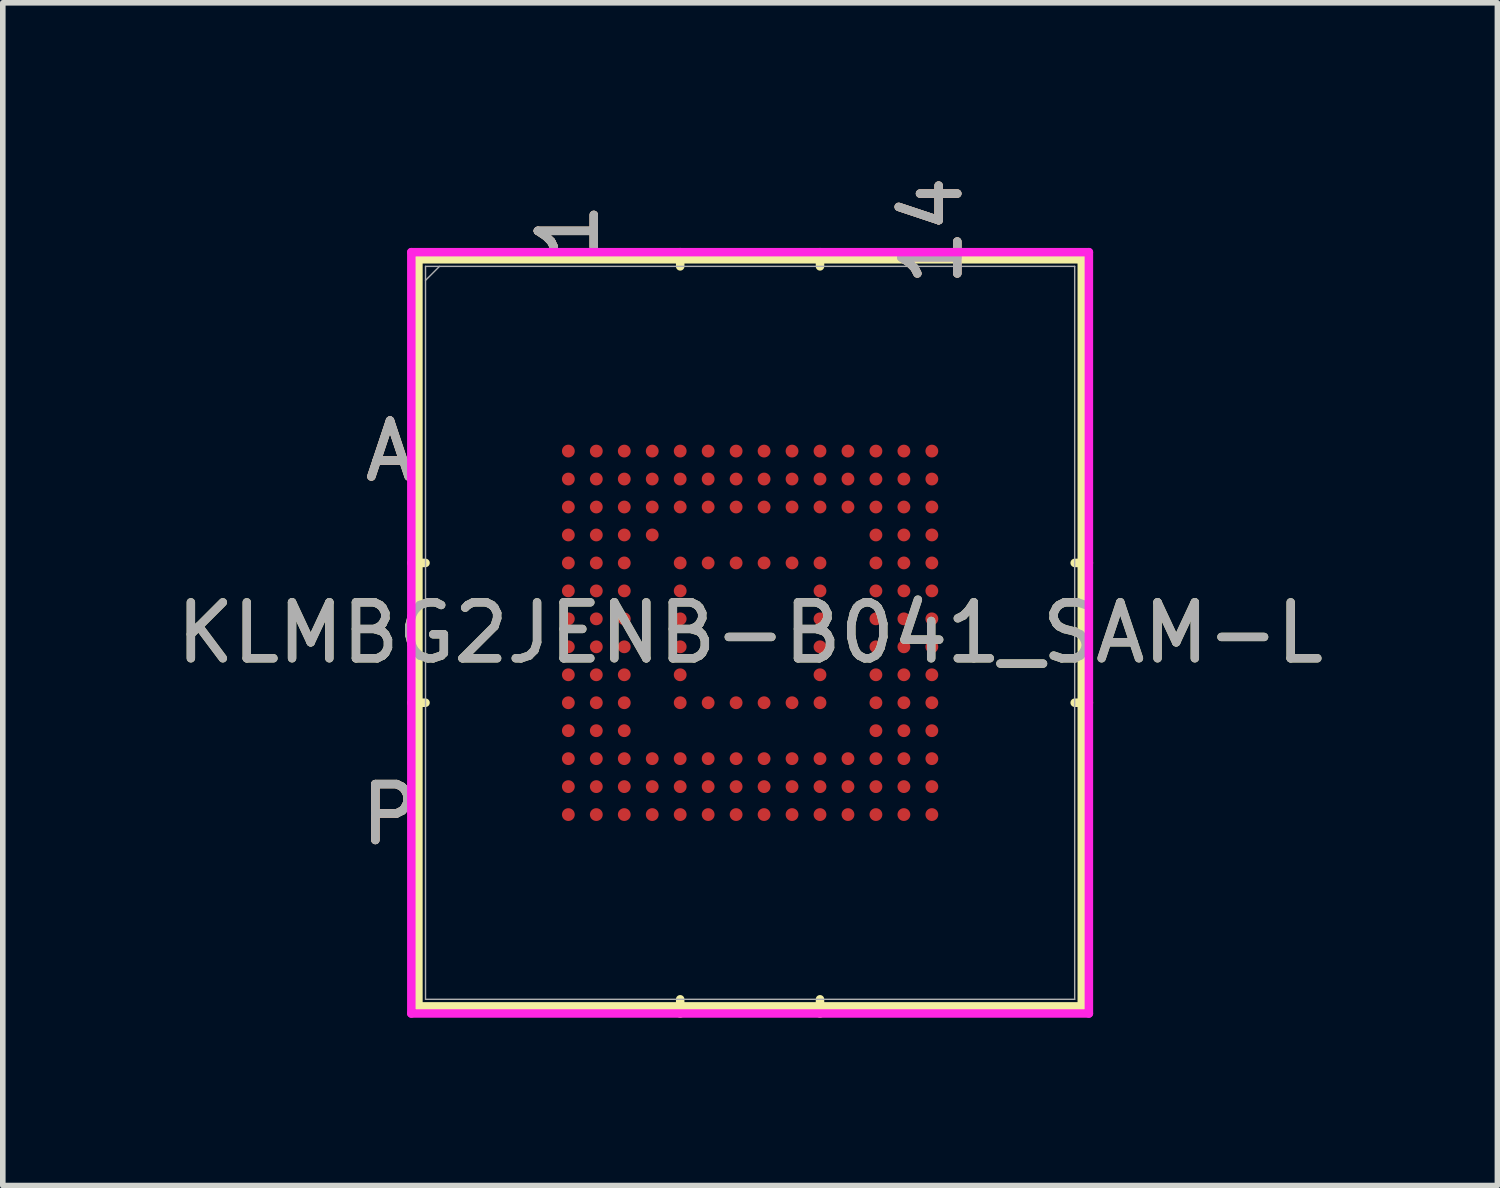
<source format=kicad_pcb>
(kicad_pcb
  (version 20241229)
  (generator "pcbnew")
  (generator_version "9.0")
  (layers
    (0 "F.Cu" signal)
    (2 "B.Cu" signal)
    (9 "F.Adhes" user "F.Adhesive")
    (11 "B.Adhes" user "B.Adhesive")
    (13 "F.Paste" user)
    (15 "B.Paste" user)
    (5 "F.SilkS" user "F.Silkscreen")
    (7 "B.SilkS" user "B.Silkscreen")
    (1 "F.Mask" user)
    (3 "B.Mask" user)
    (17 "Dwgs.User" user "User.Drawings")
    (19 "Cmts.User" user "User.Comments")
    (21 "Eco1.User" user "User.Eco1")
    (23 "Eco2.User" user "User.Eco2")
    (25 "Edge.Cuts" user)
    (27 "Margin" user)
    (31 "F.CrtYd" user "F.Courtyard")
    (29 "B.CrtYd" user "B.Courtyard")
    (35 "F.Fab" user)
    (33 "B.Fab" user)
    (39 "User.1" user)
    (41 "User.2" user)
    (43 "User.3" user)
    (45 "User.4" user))
  (footprint "KLMBG2JENB-B041_SAM-L"
    (layer "F.Cu")
    (at 10.363 8.266)
    (property "Reference" "KLMBG2JENB-B041_SAM-L" (at 0 0 0) (unlocked yes) (layer "F.SilkS") (effects (font (size 1 1) (thickness 0.15))))
    (attr smd)
    (fp_line (start -5.931 -6.68) (end -5.931 6.68) (stroke (width 0.152) (type solid)) (layer "F.SilkS"))
    (fp_line (start -5.931 6.68) (end 5.931 6.68) (stroke (width 0.152) (type solid)) (layer "F.SilkS"))
    (fp_line (start -5.804 -1.25) (end -6.058 -1.25) (stroke (width 0.152) (type solid)) (layer "F.SilkS"))
    (fp_line (start -5.804 1.25) (end -6.058 1.25) (stroke (width 0.152) (type solid)) (layer "F.SilkS"))
    (fp_line (start -1.25 -6.553) (end -1.25 -6.807) (stroke (width 0.152) (type solid)) (layer "F.SilkS"))
    (fp_line (start -1.25 6.553) (end -1.25 6.807) (stroke (width 0.152) (type solid)) (layer "F.SilkS"))
    (fp_line (start 1.25 -6.553) (end 1.25 -6.807) (stroke (width 0.152) (type solid)) (layer "F.SilkS"))
    (fp_line (start 1.25 6.553) (end 1.25 6.807) (stroke (width 0.152) (type solid)) (layer "F.SilkS"))
    (fp_line (start 5.804 -1.25) (end 6.058 -1.25) (stroke (width 0.152) (type solid)) (layer "F.SilkS"))
    (fp_line (start 5.804 1.25) (end 6.058 1.25) (stroke (width 0.152) (type solid)) (layer "F.SilkS"))
    (fp_line (start 5.931 -6.68) (end -5.931 -6.68) (stroke (width 0.152) (type solid)) (layer "F.SilkS"))
    (fp_line (start 5.931 6.68) (end 5.931 -6.68) (stroke (width 0.152) (type solid)) (layer "F.SilkS"))
    (fp_poly (pts (xy -3.945 -3.945) (xy 3.945 -3.945) (xy 3.945 3.945) (xy -3.945 3.945)) (stroke (width 0.1) (type solid)) (fill no) (layer "Eco2.User"))
    (fp_line (start -6.058 -6.807) (end 6.058 -6.807) (stroke (width 0.152) (type solid)) (layer "F.CrtYd"))
    (fp_line (start -6.058 6.807) (end -6.058 -6.807) (stroke (width 0.152) (type solid)) (layer "F.CrtYd"))
    (fp_line (start 6.058 -6.807) (end 6.058 6.807) (stroke (width 0.152) (type solid)) (layer "F.CrtYd"))
    (fp_line (start 6.058 6.807) (end -6.058 6.807) (stroke (width 0.152) (type solid)) (layer "F.CrtYd"))
    (fp_line (start -5.804 -6.553) (end -5.804 6.553) (stroke (width 0.025) (type solid)) (layer "F.Fab"))
    (fp_line (start -5.804 6.553) (end 5.804 6.553) (stroke (width 0.025) (type solid)) (layer "F.Fab"))
    (fp_line (start -5.554 -6.553) (end -5.804 -6.303) (stroke (width 0.025) (type solid)) (layer "F.Fab"))
    (fp_line (start 5.804 -6.553) (end -5.804 -6.553) (stroke (width 0.025) (type solid)) (layer "F.Fab"))
    (fp_line (start 5.804 6.553) (end 5.804 -6.553) (stroke (width 0.025) (type solid)) (layer "F.Fab"))
    (fp_text user "A" (at -6.439 -3.25 0) (unlocked yes) (layer "F.SilkS") (effects (font (size 1 1) (thickness 0.15))))
    (fp_text user "1" (at -3.25 -7.188 90) (unlocked yes) (layer "F.SilkS") (effects (font (size 1 1) (thickness 0.15))))
    (fp_text user "P" (at -6.439 3.25 0) (unlocked yes) (layer "F.SilkS") (effects (font (size 1 1) (thickness 0.15))))
    (fp_text user "14" (at 3.25 -7.188 90) (unlocked yes) (layer "F.SilkS") (effects (font (size 1 1) (thickness 0.15))))
    (fp_text user "1" (at -3.25 -7.188 90) (unlocked yes) (layer "B.SilkS") (effects (font (size 1 1) (thickness 0.15))))
    (fp_text user "P" (at -6.439 3.25 0) (unlocked yes) (layer "B.SilkS") (effects (font (size 1 1) (thickness 0.15))))
    (fp_text user "A" (at -6.439 -3.25 0) (unlocked yes) (layer "B.SilkS") (effects (font (size 1 1) (thickness 0.15))))
    (fp_text user "14" (at 3.25 -7.188 90) (unlocked yes) (layer "B.SilkS") (effects (font (size 1 1) (thickness 0.15))))
    (fp_text user "A" (at -6.439 -3.25 0) (unlocked yes) (layer "F.Fab") (effects (font (size 1 1) (thickness 0.15))))
    (fp_text user "14" (at 3.25 -7.188 90) (unlocked yes) (layer "F.Fab") (effects (font (size 1 1) (thickness 0.15))))
    (fp_text user "1" (at -3.25 -7.188 90) (unlocked yes) (layer "F.Fab") (effects (font (size 1 1) (thickness 0.15))))
    (fp_text user "P" (at -6.439 3.25 0) (unlocked yes) (layer "F.Fab") (effects (font (size 1 1) (thickness 0.15))))
    (fp_text user "${REFERENCE}" (at 0 0 0) (unlocked yes) (layer "F.Fab") (effects (font (size 1 1) (thickness 0.15))))
    (pad "A1" smd circle (at -3.25 -3.25) (size 0.229 0.229) (layers "F.Cu" "F.Mask" "F.Paste"))
    (pad "A2" smd circle (at -2.75 -3.25) (size 0.229 0.229) (layers "F.Cu" "F.Mask" "F.Paste"))
    (pad "A3" smd circle (at -2.25 -3.25) (size 0.229 0.229) (layers "F.Cu" "F.Mask" "F.Paste"))
    (pad "A4" smd circle (at -1.75 -3.25) (size 0.229 0.229) (layers "F.Cu" "F.Mask" "F.Paste"))
    (pad "A5" smd circle (at -1.25 -3.25) (size 0.229 0.229) (layers "F.Cu" "F.Mask" "F.Paste"))
    (pad "A6" smd circle (at -0.75 -3.25) (size 0.229 0.229) (layers "F.Cu" "F.Mask" "F.Paste"))
    (pad "A7" smd circle (at -0.25 -3.25) (size 0.229 0.229) (layers "F.Cu" "F.Mask" "F.Paste"))
    (pad "A8" smd circle (at 0.25 -3.25) (size 0.229 0.229) (layers "F.Cu" "F.Mask" "F.Paste"))
    (pad "A9" smd circle (at 0.75 -3.25) (size 0.229 0.229) (layers "F.Cu" "F.Mask" "F.Paste"))
    (pad "A10" smd circle (at 1.25 -3.25) (size 0.229 0.229) (layers "F.Cu" "F.Mask" "F.Paste"))
    (pad "A11" smd circle (at 1.75 -3.25) (size 0.229 0.229) (layers "F.Cu" "F.Mask" "F.Paste"))
    (pad "A12" smd circle (at 2.25 -3.25) (size 0.229 0.229) (layers "F.Cu" "F.Mask" "F.Paste"))
    (pad "A13" smd circle (at 2.75 -3.25) (size 0.229 0.229) (layers "F.Cu" "F.Mask" "F.Paste"))
    (pad "A14" smd circle (at 3.25 -3.25) (size 0.229 0.229) (layers "F.Cu" "F.Mask" "F.Paste"))
    (pad "B1" smd circle (at -3.25 -2.75) (size 0.229 0.229) (layers "F.Cu" "F.Mask" "F.Paste"))
    (pad "B2" smd circle (at -2.75 -2.75) (size 0.229 0.229) (layers "F.Cu" "F.Mask" "F.Paste"))
    (pad "B3" smd circle (at -2.25 -2.75) (size 0.229 0.229) (layers "F.Cu" "F.Mask" "F.Paste"))
    (pad "B4" smd circle (at -1.75 -2.75) (size 0.229 0.229) (layers "F.Cu" "F.Mask" "F.Paste"))
    (pad "B5" smd circle (at -1.25 -2.75) (size 0.229 0.229) (layers "F.Cu" "F.Mask" "F.Paste"))
    (pad "B6" smd circle (at -0.75 -2.75) (size 0.229 0.229) (layers "F.Cu" "F.Mask" "F.Paste"))
    (pad "B7" smd circle (at -0.25 -2.75) (size 0.229 0.229) (layers "F.Cu" "F.Mask" "F.Paste"))
    (pad "B8" smd circle (at 0.25 -2.75) (size 0.229 0.229) (layers "F.Cu" "F.Mask" "F.Paste"))
    (pad "B9" smd circle (at 0.75 -2.75) (size 0.229 0.229) (layers "F.Cu" "F.Mask" "F.Paste"))
    (pad "B10" smd circle (at 1.25 -2.75) (size 0.229 0.229) (layers "F.Cu" "F.Mask" "F.Paste"))
    (pad "B11" smd circle (at 1.75 -2.75) (size 0.229 0.229) (layers "F.Cu" "F.Mask" "F.Paste"))
    (pad "B12" smd circle (at 2.25 -2.75) (size 0.229 0.229) (layers "F.Cu" "F.Mask" "F.Paste"))
    (pad "B13" smd circle (at 2.75 -2.75) (size 0.229 0.229) (layers "F.Cu" "F.Mask" "F.Paste"))
    (pad "B14" smd circle (at 3.25 -2.75) (size 0.229 0.229) (layers "F.Cu" "F.Mask" "F.Paste"))
    (pad "C1" smd circle (at -3.25 -2.25) (size 0.229 0.229) (layers "F.Cu" "F.Mask" "F.Paste"))
    (pad "C2" smd circle (at -2.75 -2.25) (size 0.229 0.229) (layers "F.Cu" "F.Mask" "F.Paste"))
    (pad "C3" smd circle (at -2.25 -2.25) (size 0.229 0.229) (layers "F.Cu" "F.Mask" "F.Paste"))
    (pad "C4" smd circle (at -1.75 -2.25) (size 0.229 0.229) (layers "F.Cu" "F.Mask" "F.Paste"))
    (pad "C5" smd circle (at -1.25 -2.25) (size 0.229 0.229) (layers "F.Cu" "F.Mask" "F.Paste"))
    (pad "C6" smd circle (at -0.75 -2.25) (size 0.229 0.229) (layers "F.Cu" "F.Mask" "F.Paste"))
    (pad "C7" smd circle (at -0.25 -2.25) (size 0.229 0.229) (layers "F.Cu" "F.Mask" "F.Paste"))
    (pad "C8" smd circle (at 0.25 -2.25) (size 0.229 0.229) (layers "F.Cu" "F.Mask" "F.Paste"))
    (pad "C9" smd circle (at 0.75 -2.25) (size 0.229 0.229) (layers "F.Cu" "F.Mask" "F.Paste"))
    (pad "C10" smd circle (at 1.25 -2.25) (size 0.229 0.229) (layers "F.Cu" "F.Mask" "F.Paste"))
    (pad "C11" smd circle (at 1.75 -2.25) (size 0.229 0.229) (layers "F.Cu" "F.Mask" "F.Paste"))
    (pad "C12" smd circle (at 2.25 -2.25) (size 0.229 0.229) (layers "F.Cu" "F.Mask" "F.Paste"))
    (pad "C13" smd circle (at 2.75 -2.25) (size 0.229 0.229) (layers "F.Cu" "F.Mask" "F.Paste"))
    (pad "C14" smd circle (at 3.25 -2.25) (size 0.229 0.229) (layers "F.Cu" "F.Mask" "F.Paste"))
    (pad "D1" smd circle (at -3.25 -1.75) (size 0.229 0.229) (layers "F.Cu" "F.Mask" "F.Paste"))
    (pad "D2" smd circle (at -2.75 -1.75) (size 0.229 0.229) (layers "F.Cu" "F.Mask" "F.Paste"))
    (pad "D3" smd circle (at -2.25 -1.75) (size 0.229 0.229) (layers "F.Cu" "F.Mask" "F.Paste"))
    (pad "D4" smd circle (at -1.75 -1.75) (size 0.229 0.229) (layers "F.Cu" "F.Mask" "F.Paste"))
    (pad "D12" smd circle (at 2.25 -1.75) (size 0.229 0.229) (layers "F.Cu" "F.Mask" "F.Paste"))
    (pad "D13" smd circle (at 2.75 -1.75) (size 0.229 0.229) (layers "F.Cu" "F.Mask" "F.Paste"))
    (pad "D14" smd circle (at 3.25 -1.75) (size 0.229 0.229) (layers "F.Cu" "F.Mask" "F.Paste"))
    (pad "E1" smd circle (at -3.25 -1.25) (size 0.229 0.229) (layers "F.Cu" "F.Mask" "F.Paste"))
    (pad "E2" smd circle (at -2.75 -1.25) (size 0.229 0.229) (layers "F.Cu" "F.Mask" "F.Paste"))
    (pad "E3" smd circle (at -2.25 -1.25) (size 0.229 0.229) (layers "F.Cu" "F.Mask" "F.Paste"))
    (pad "E5" smd circle (at -1.25 -1.25) (size 0.229 0.229) (layers "F.Cu" "F.Mask" "F.Paste"))
    (pad "E6" smd circle (at -0.75 -1.25) (size 0.229 0.229) (layers "F.Cu" "F.Mask" "F.Paste"))
    (pad "E7" smd circle (at -0.25 -1.25) (size 0.229 0.229) (layers "F.Cu" "F.Mask" "F.Paste"))
    (pad "E8" smd circle (at 0.25 -1.25) (size 0.229 0.229) (layers "F.Cu" "F.Mask" "F.Paste"))
    (pad "E9" smd circle (at 0.75 -1.25) (size 0.229 0.229) (layers "F.Cu" "F.Mask" "F.Paste"))
    (pad "E10" smd circle (at 1.25 -1.25) (size 0.229 0.229) (layers "F.Cu" "F.Mask" "F.Paste"))
    (pad "E12" smd circle (at 2.25 -1.25) (size 0.229 0.229) (layers "F.Cu" "F.Mask" "F.Paste"))
    (pad "E13" smd circle (at 2.75 -1.25) (size 0.229 0.229) (layers "F.Cu" "F.Mask" "F.Paste"))
    (pad "E14" smd circle (at 3.25 -1.25) (size 0.229 0.229) (layers "F.Cu" "F.Mask" "F.Paste"))
    (pad "F1" smd circle (at -3.25 -0.75) (size 0.229 0.229) (layers "F.Cu" "F.Mask" "F.Paste"))
    (pad "F2" smd circle (at -2.75 -0.75) (size 0.229 0.229) (layers "F.Cu" "F.Mask" "F.Paste"))
    (pad "F3" smd circle (at -2.25 -0.75) (size 0.229 0.229) (layers "F.Cu" "F.Mask" "F.Paste"))
    (pad "F5" smd circle (at -1.25 -0.75) (size 0.229 0.229) (layers "F.Cu" "F.Mask" "F.Paste"))
    (pad "F10" smd circle (at 1.25 -0.75) (size 0.229 0.229) (layers "F.Cu" "F.Mask" "F.Paste"))
    (pad "F12" smd circle (at 2.25 -0.75) (size 0.229 0.229) (layers "F.Cu" "F.Mask" "F.Paste"))
    (pad "F13" smd circle (at 2.75 -0.75) (size 0.229 0.229) (layers "F.Cu" "F.Mask" "F.Paste"))
    (pad "F14" smd circle (at 3.25 -0.75) (size 0.229 0.229) (layers "F.Cu" "F.Mask" "F.Paste"))
    (pad "G1" smd circle (at -3.25 -0.25) (size 0.229 0.229) (layers "F.Cu" "F.Mask" "F.Paste"))
    (pad "G2" smd circle (at -2.75 -0.25) (size 0.229 0.229) (layers "F.Cu" "F.Mask" "F.Paste"))
    (pad "G3" smd circle (at -2.25 -0.25) (size 0.229 0.229) (layers "F.Cu" "F.Mask" "F.Paste"))
    (pad "G5" smd circle (at -1.25 -0.25) (size 0.229 0.229) (layers "F.Cu" "F.Mask" "F.Paste"))
    (pad "G10" smd circle (at 1.25 -0.25) (size 0.229 0.229) (layers "F.Cu" "F.Mask" "F.Paste"))
    (pad "G12" smd circle (at 2.25 -0.25) (size 0.229 0.229) (layers "F.Cu" "F.Mask" "F.Paste"))
    (pad "G13" smd circle (at 2.75 -0.25) (size 0.229 0.229) (layers "F.Cu" "F.Mask" "F.Paste"))
    (pad "G14" smd circle (at 3.25 -0.25) (size 0.229 0.229) (layers "F.Cu" "F.Mask" "F.Paste"))
    (pad "H1" smd circle (at -3.25 0.25) (size 0.229 0.229) (layers "F.Cu" "F.Mask" "F.Paste"))
    (pad "H2" smd circle (at -2.75 0.25) (size 0.229 0.229) (layers "F.Cu" "F.Mask" "F.Paste"))
    (pad "H3" smd circle (at -2.25 0.25) (size 0.229 0.229) (layers "F.Cu" "F.Mask" "F.Paste"))
    (pad "H5" smd circle (at -1.25 0.25) (size 0.229 0.229) (layers "F.Cu" "F.Mask" "F.Paste"))
    (pad "H10" smd circle (at 1.25 0.25) (size 0.229 0.229) (layers "F.Cu" "F.Mask" "F.Paste"))
    (pad "H12" smd circle (at 2.25 0.25) (size 0.229 0.229) (layers "F.Cu" "F.Mask" "F.Paste"))
    (pad "H13" smd circle (at 2.75 0.25) (size 0.229 0.229) (layers "F.Cu" "F.Mask" "F.Paste"))
    (pad "H14" smd circle (at 3.25 0.25) (size 0.229 0.229) (layers "F.Cu" "F.Mask" "F.Paste"))
    (pad "J1" smd circle (at -3.25 0.75) (size 0.229 0.229) (layers "F.Cu" "F.Mask" "F.Paste"))
    (pad "J2" smd circle (at -2.75 0.75) (size 0.229 0.229) (layers "F.Cu" "F.Mask" "F.Paste"))
    (pad "J3" smd circle (at -2.25 0.75) (size 0.229 0.229) (layers "F.Cu" "F.Mask" "F.Paste"))
    (pad "J5" smd circle (at -1.25 0.75) (size 0.229 0.229) (layers "F.Cu" "F.Mask" "F.Paste"))
    (pad "J10" smd circle (at 1.25 0.75) (size 0.229 0.229) (layers "F.Cu" "F.Mask" "F.Paste"))
    (pad "J12" smd circle (at 2.25 0.75) (size 0.229 0.229) (layers "F.Cu" "F.Mask" "F.Paste"))
    (pad "J13" smd circle (at 2.75 0.75) (size 0.229 0.229) (layers "F.Cu" "F.Mask" "F.Paste"))
    (pad "J14" smd circle (at 3.25 0.75) (size 0.229 0.229) (layers "F.Cu" "F.Mask" "F.Paste"))
    (pad "K1" smd circle (at -3.25 1.25) (size 0.229 0.229) (layers "F.Cu" "F.Mask" "F.Paste"))
    (pad "K2" smd circle (at -2.75 1.25) (size 0.229 0.229) (layers "F.Cu" "F.Mask" "F.Paste"))
    (pad "K3" smd circle (at -2.25 1.25) (size 0.229 0.229) (layers "F.Cu" "F.Mask" "F.Paste"))
    (pad "K5" smd circle (at -1.25 1.25) (size 0.229 0.229) (layers "F.Cu" "F.Mask" "F.Paste"))
    (pad "K6" smd circle (at -0.75 1.25) (size 0.229 0.229) (layers "F.Cu" "F.Mask" "F.Paste"))
    (pad "K7" smd circle (at -0.25 1.25) (size 0.229 0.229) (layers "F.Cu" "F.Mask" "F.Paste"))
    (pad "K8" smd circle (at 0.25 1.25) (size 0.229 0.229) (layers "F.Cu" "F.Mask" "F.Paste"))
    (pad "K9" smd circle (at 0.75 1.25) (size 0.229 0.229) (layers "F.Cu" "F.Mask" "F.Paste"))
    (pad "K10" smd circle (at 1.25 1.25) (size 0.229 0.229) (layers "F.Cu" "F.Mask" "F.Paste"))
    (pad "K12" smd circle (at 2.25 1.25) (size 0.229 0.229) (layers "F.Cu" "F.Mask" "F.Paste"))
    (pad "K13" smd circle (at 2.75 1.25) (size 0.229 0.229) (layers "F.Cu" "F.Mask" "F.Paste"))
    (pad "K14" smd circle (at 3.25 1.25) (size 0.229 0.229) (layers "F.Cu" "F.Mask" "F.Paste"))
    (pad "L1" smd circle (at -3.25 1.75) (size 0.229 0.229) (layers "F.Cu" "F.Mask" "F.Paste"))
    (pad "L2" smd circle (at -2.75 1.75) (size 0.229 0.229) (layers "F.Cu" "F.Mask" "F.Paste"))
    (pad "L3" smd circle (at -2.25 1.75) (size 0.229 0.229) (layers "F.Cu" "F.Mask" "F.Paste"))
    (pad "L12" smd circle (at 2.25 1.75) (size 0.229 0.229) (layers "F.Cu" "F.Mask" "F.Paste"))
    (pad "L13" smd circle (at 2.75 1.75) (size 0.229 0.229) (layers "F.Cu" "F.Mask" "F.Paste"))
    (pad "L14" smd circle (at 3.25 1.75) (size 0.229 0.229) (layers "F.Cu" "F.Mask" "F.Paste"))
    (pad "M1" smd circle (at -3.25 2.25) (size 0.229 0.229) (layers "F.Cu" "F.Mask" "F.Paste"))
    (pad "M2" smd circle (at -2.75 2.25) (size 0.229 0.229) (layers "F.Cu" "F.Mask" "F.Paste"))
    (pad "M3" smd circle (at -2.25 2.25) (size 0.229 0.229) (layers "F.Cu" "F.Mask" "F.Paste"))
    (pad "M4" smd circle (at -1.75 2.25) (size 0.229 0.229) (layers "F.Cu" "F.Mask" "F.Paste"))
    (pad "M5" smd circle (at -1.25 2.25) (size 0.229 0.229) (layers "F.Cu" "F.Mask" "F.Paste"))
    (pad "M6" smd circle (at -0.75 2.25) (size 0.229 0.229) (layers "F.Cu" "F.Mask" "F.Paste"))
    (pad "M7" smd circle (at -0.25 2.25) (size 0.229 0.229) (layers "F.Cu" "F.Mask" "F.Paste"))
    (pad "M8" smd circle (at 0.25 2.25) (size 0.229 0.229) (layers "F.Cu" "F.Mask" "F.Paste"))
    (pad "M9" smd circle (at 0.75 2.25) (size 0.229 0.229) (layers "F.Cu" "F.Mask" "F.Paste"))
    (pad "M10" smd circle (at 1.25 2.25) (size 0.229 0.229) (layers "F.Cu" "F.Mask" "F.Paste"))
    (pad "M11" smd circle (at 1.75 2.25) (size 0.229 0.229) (layers "F.Cu" "F.Mask" "F.Paste"))
    (pad "M12" smd circle (at 2.25 2.25) (size 0.229 0.229) (layers "F.Cu" "F.Mask" "F.Paste"))
    (pad "M13" smd circle (at 2.75 2.25) (size 0.229 0.229) (layers "F.Cu" "F.Mask" "F.Paste"))
    (pad "M14" smd circle (at 3.25 2.25) (size 0.229 0.229) (layers "F.Cu" "F.Mask" "F.Paste"))
    (pad "N1" smd circle (at -3.25 2.75) (size 0.229 0.229) (layers "F.Cu" "F.Mask" "F.Paste"))
    (pad "N2" smd circle (at -2.75 2.75) (size 0.229 0.229) (layers "F.Cu" "F.Mask" "F.Paste"))
    (pad "N3" smd circle (at -2.25 2.75) (size 0.229 0.229) (layers "F.Cu" "F.Mask" "F.Paste"))
    (pad "N4" smd circle (at -1.75 2.75) (size 0.229 0.229) (layers "F.Cu" "F.Mask" "F.Paste"))
    (pad "N5" smd circle (at -1.25 2.75) (size 0.229 0.229) (layers "F.Cu" "F.Mask" "F.Paste"))
    (pad "N6" smd circle (at -0.75 2.75) (size 0.229 0.229) (layers "F.Cu" "F.Mask" "F.Paste"))
    (pad "N7" smd circle (at -0.25 2.75) (size 0.229 0.229) (layers "F.Cu" "F.Mask" "F.Paste"))
    (pad "N8" smd circle (at 0.25 2.75) (size 0.229 0.229) (layers "F.Cu" "F.Mask" "F.Paste"))
    (pad "N9" smd circle (at 0.75 2.75) (size 0.229 0.229) (layers "F.Cu" "F.Mask" "F.Paste"))
    (pad "N10" smd circle (at 1.25 2.75) (size 0.229 0.229) (layers "F.Cu" "F.Mask" "F.Paste"))
    (pad "N11" smd circle (at 1.75 2.75) (size 0.229 0.229) (layers "F.Cu" "F.Mask" "F.Paste"))
    (pad "N12" smd circle (at 2.25 2.75) (size 0.229 0.229) (layers "F.Cu" "F.Mask" "F.Paste"))
    (pad "N13" smd circle (at 2.75 2.75) (size 0.229 0.229) (layers "F.Cu" "F.Mask" "F.Paste"))
    (pad "N14" smd circle (at 3.25 2.75) (size 0.229 0.229) (layers "F.Cu" "F.Mask" "F.Paste"))
    (pad "P1" smd circle (at -3.25 3.25) (size 0.229 0.229) (layers "F.Cu" "F.Mask" "F.Paste"))
    (pad "P2" smd circle (at -2.75 3.25) (size 0.229 0.229) (layers "F.Cu" "F.Mask" "F.Paste"))
    (pad "P3" smd circle (at -2.25 3.25) (size 0.229 0.229) (layers "F.Cu" "F.Mask" "F.Paste"))
    (pad "P4" smd circle (at -1.75 3.25) (size 0.229 0.229) (layers "F.Cu" "F.Mask" "F.Paste"))
    (pad "P5" smd circle (at -1.25 3.25) (size 0.229 0.229) (layers "F.Cu" "F.Mask" "F.Paste"))
    (pad "P6" smd circle (at -0.75 3.25) (size 0.229 0.229) (layers "F.Cu" "F.Mask" "F.Paste"))
    (pad "P7" smd circle (at -0.25 3.25) (size 0.229 0.229) (layers "F.Cu" "F.Mask" "F.Paste"))
    (pad "P8" smd circle (at 0.25 3.25) (size 0.229 0.229) (layers "F.Cu" "F.Mask" "F.Paste"))
    (pad "P9" smd circle (at 0.75 3.25) (size 0.229 0.229) (layers "F.Cu" "F.Mask" "F.Paste"))
    (pad "P10" smd circle (at 1.25 3.25) (size 0.229 0.229) (layers "F.Cu" "F.Mask" "F.Paste"))
    (pad "P11" smd circle (at 1.75 3.25) (size 0.229 0.229) (layers "F.Cu" "F.Mask" "F.Paste"))
    (pad "P12" smd circle (at 2.25 3.25) (size 0.229 0.229) (layers "F.Cu" "F.Mask" "F.Paste"))
    (pad "P13" smd circle (at 2.75 3.25) (size 0.229 0.229) (layers "F.Cu" "F.Mask" "F.Paste"))
    (pad "P14" smd circle (at 3.25 3.25) (size 0.229 0.229) (layers "F.Cu" "F.Mask" "F.Paste")))
  (gr_rect
    (start -3 -3)
    (end 23.726 18.149)
    (stroke (width 0.1) (type default))
    (fill no)
    (layer "Edge.Cuts")))
</source>
